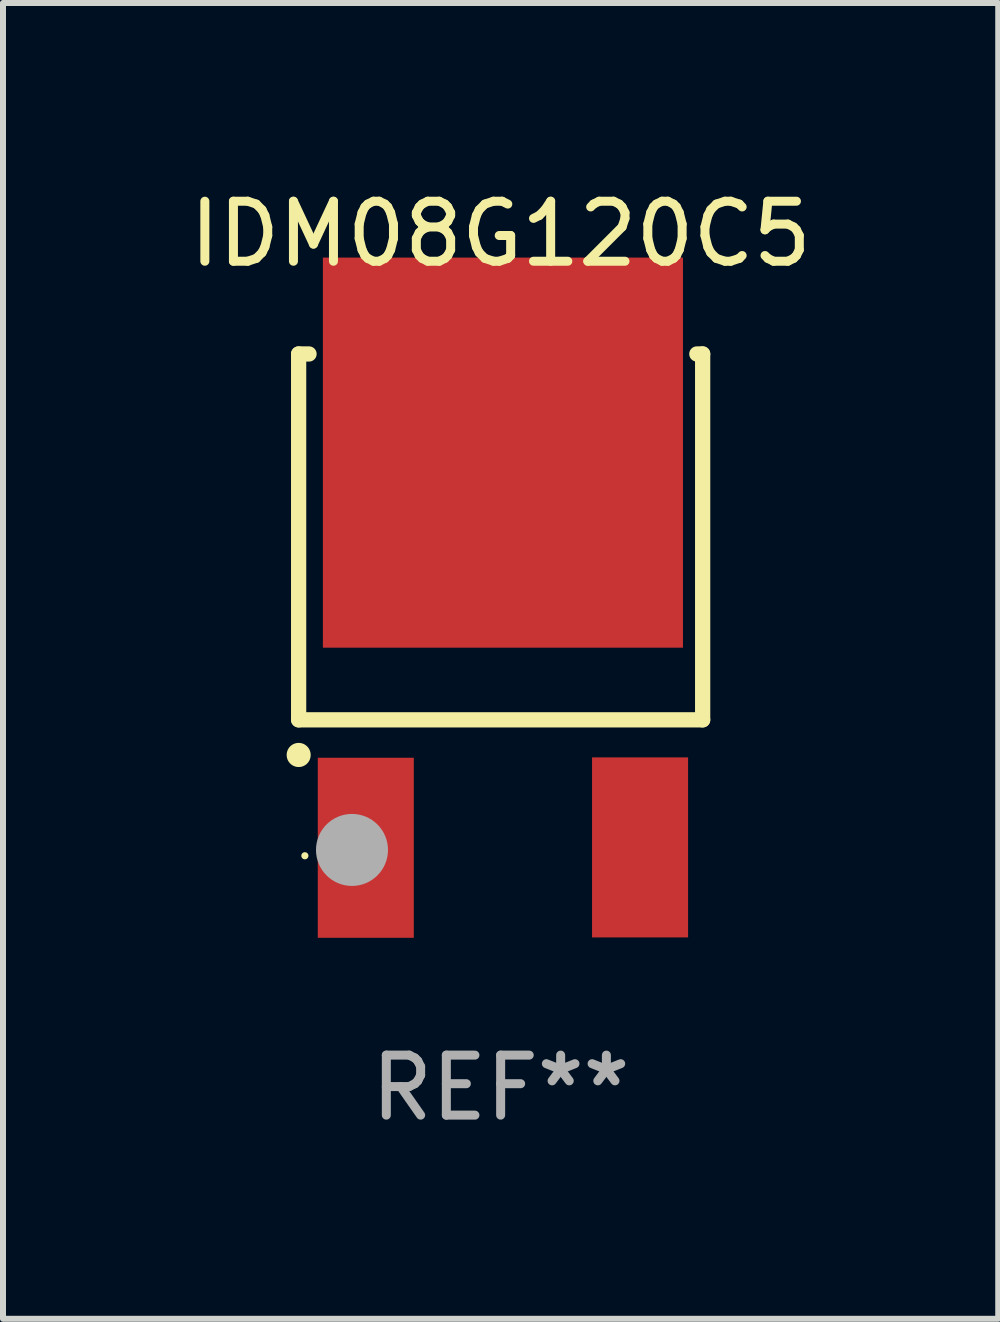
<source format=kicad_pcb>
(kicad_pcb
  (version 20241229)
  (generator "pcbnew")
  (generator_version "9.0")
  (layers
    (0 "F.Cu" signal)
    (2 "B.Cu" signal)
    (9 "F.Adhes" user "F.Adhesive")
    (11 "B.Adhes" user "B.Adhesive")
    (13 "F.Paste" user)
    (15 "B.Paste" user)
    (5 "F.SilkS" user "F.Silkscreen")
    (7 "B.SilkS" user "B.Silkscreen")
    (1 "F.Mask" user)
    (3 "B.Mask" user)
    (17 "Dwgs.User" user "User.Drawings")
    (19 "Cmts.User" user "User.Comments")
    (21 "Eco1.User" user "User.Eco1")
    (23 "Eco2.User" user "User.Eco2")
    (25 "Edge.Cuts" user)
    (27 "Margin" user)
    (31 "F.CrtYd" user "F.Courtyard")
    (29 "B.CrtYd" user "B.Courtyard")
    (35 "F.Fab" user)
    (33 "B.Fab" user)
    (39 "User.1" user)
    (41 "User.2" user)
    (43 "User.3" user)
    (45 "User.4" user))
  (footprint "IDM08G120C5"
    (layer "F.Cu")
    (at 5.292 6.962)
    (property "Reference" "IDM08G120C5" (at 0 -6.114 0) (layer "F.SilkS") (effects (font (size 1 1) (thickness 0.15))))
    (attr through_hole)
    (fp_line (start -3.366 -4.114) (end -3.366 1.982) (stroke (width 0.254) (type solid)) (layer "F.SilkS"))
    (fp_line (start -3.366 1.982) (end 3.366 1.982) (stroke (width 0.254) (type solid)) (layer "F.SilkS"))
    (fp_line (start -3.193 -4.114) (end -3.366 -4.114) (stroke (width 0.254) (type solid)) (layer "F.SilkS"))
    (fp_line (start 3.366 -4.114) (end 3.269 -4.114) (stroke (width 0.254) (type solid)) (layer "F.SilkS"))
    (fp_line (start 3.366 1.982) (end 3.366 -4.114) (stroke (width 0.254) (type solid)) (layer "F.SilkS"))
    (fp_arc (start -3.365507 2.568834) (mid -3.365511 2.567564) (end -3.365507 2.566294) (stroke (width 0.4) (type solid)) (layer "F.SilkS"))
    (fp_circle (center -3.262 4.247) (end -3.232 4.247) (stroke (width 0.06) (type solid)) (fill no) (layer "F.SilkS"))
    (fp_circle (center -2.477 4.15) (end -2.177 4.15) (stroke (width 0.6) (type solid)) (fill no) (layer "F.Fab"))
    (fp_text user "REF**" (at 0 8.114 0) (layer "F.Fab") (effects (font (size 1 1) (thickness 0.15))))
    (pad "1" smd rect (at -2.247 4.114) (size 1.6 3) (layers "F.Cu" "F.Mask" "F.Paste"))
    (pad "2" smd rect (at 2.323 4.108 180) (size 1.6 3) (layers "F.Cu" "F.Mask" "F.Paste"))
    (pad "3" smd rect (at 0.038 -2.47) (size 6 6.5) (layers "F.Cu" "F.Mask" "F.Paste")))
  (gr_rect
    (start -3 -3)
    (end 13.583 18.924)
    (stroke (width 0.1) (type default))
    (fill no)
    (layer "Edge.Cuts")))
</source>
